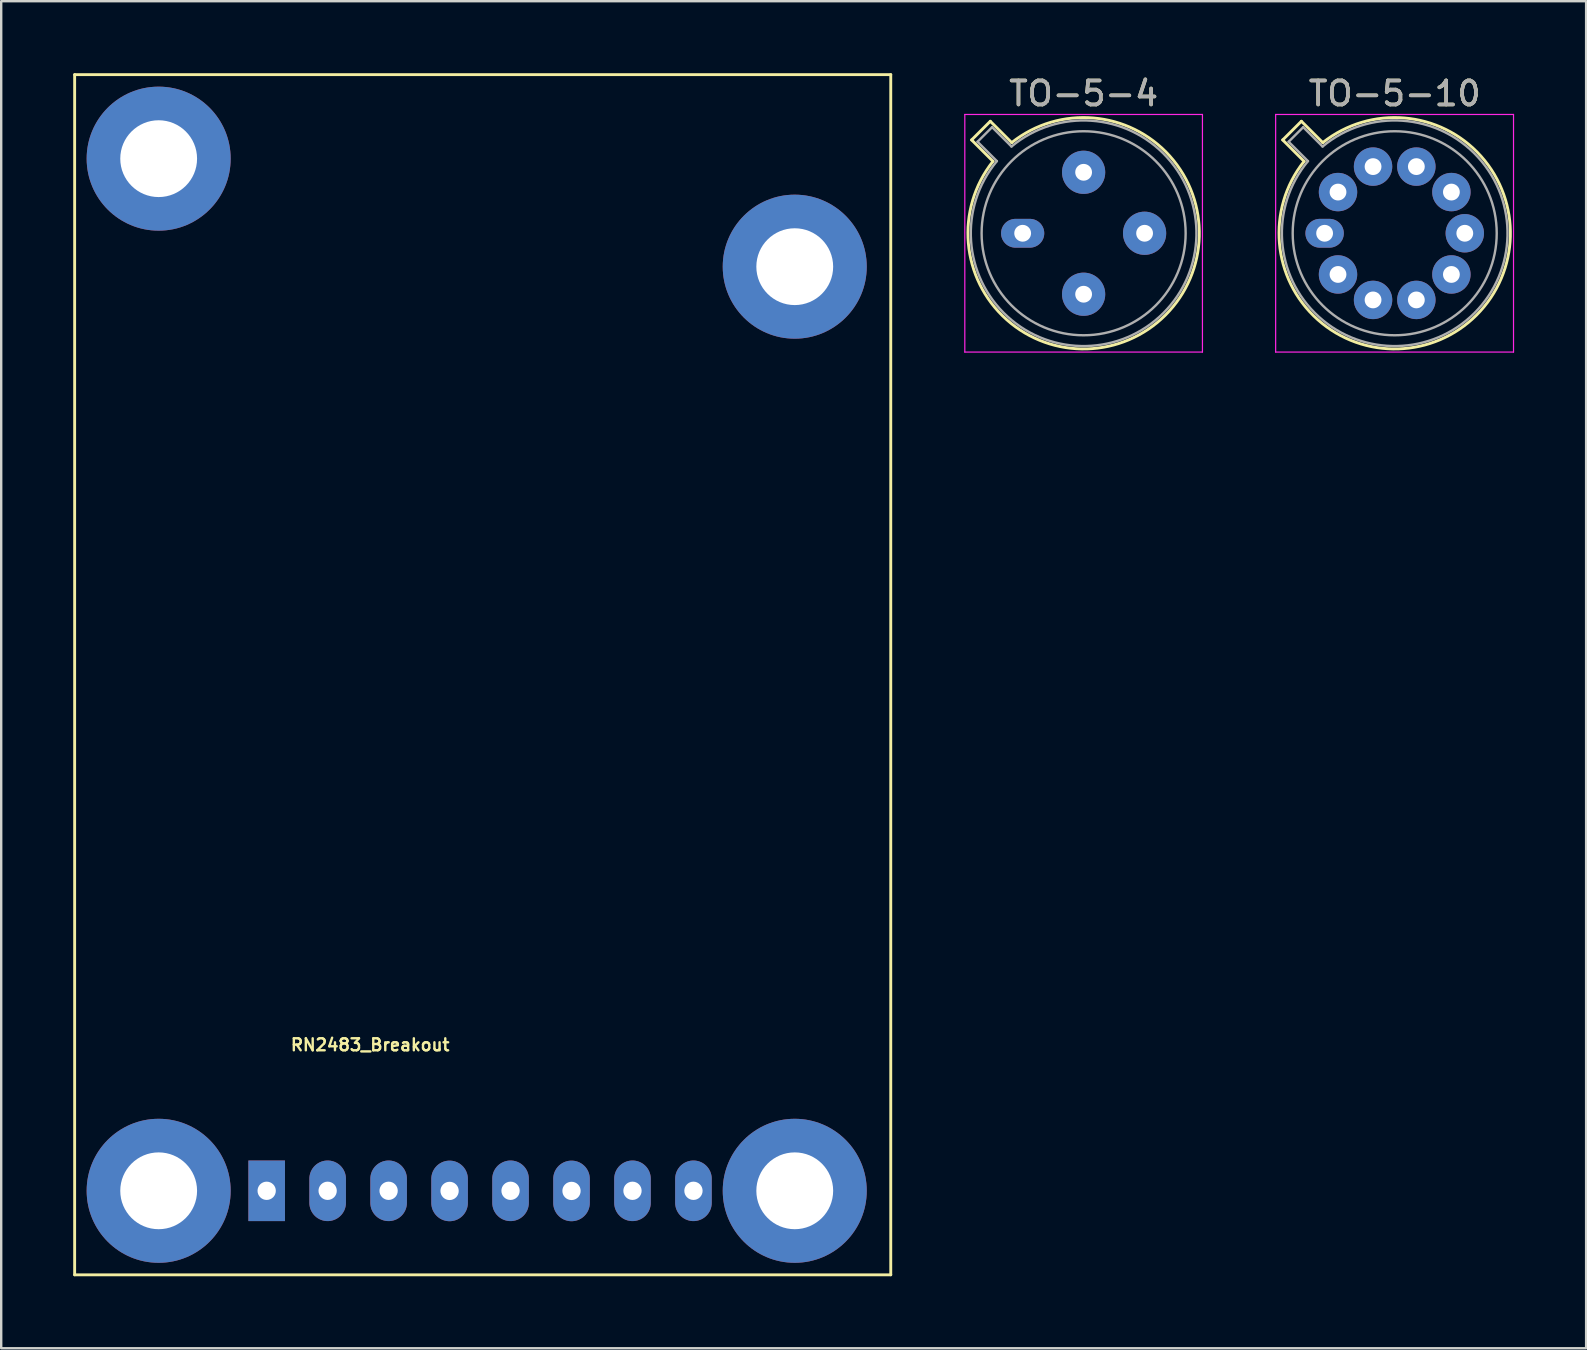
<source format=kicad_pcb>
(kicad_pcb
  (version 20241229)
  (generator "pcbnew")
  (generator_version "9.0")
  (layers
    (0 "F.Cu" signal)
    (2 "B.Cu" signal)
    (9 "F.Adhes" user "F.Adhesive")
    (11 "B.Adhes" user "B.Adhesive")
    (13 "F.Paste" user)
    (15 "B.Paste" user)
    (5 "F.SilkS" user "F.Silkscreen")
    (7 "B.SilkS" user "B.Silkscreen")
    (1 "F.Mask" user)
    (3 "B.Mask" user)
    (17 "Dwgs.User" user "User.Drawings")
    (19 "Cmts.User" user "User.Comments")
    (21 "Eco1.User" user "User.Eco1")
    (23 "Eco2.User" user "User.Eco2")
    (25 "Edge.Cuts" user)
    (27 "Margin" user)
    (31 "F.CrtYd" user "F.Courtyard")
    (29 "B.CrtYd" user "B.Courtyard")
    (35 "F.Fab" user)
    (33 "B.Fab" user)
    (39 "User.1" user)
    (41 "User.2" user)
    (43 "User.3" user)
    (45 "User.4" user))
  (footprint "RN2483_Breakout"
    (layer "F.Cu")
    (at 8.06 46.56)
    (property "Reference" "RN2483_Breakout" (at 4.31 -6.08 0) (layer "F.SilkS") (effects (font (size 0.5 0.5) (thickness 0.1))))
    (attr through_hole)
    (fp_line (start -8 -46.5) (end -8 3.5) (stroke (width 0.12) (type solid)) (layer "F.SilkS"))
    (fp_line (start -8 3.5) (end 26 3.5) (stroke (width 0.12) (type solid)) (layer "F.SilkS"))
    (fp_line (start 26 -46.5) (end -8 -46.5) (stroke (width 0.12) (type solid)) (layer "F.SilkS"))
    (fp_line (start 26 3.5) (end 26 -46.5) (stroke (width 0.12) (type solid)) (layer "F.SilkS"))
    (pad "" thru_hole circle (at -4.5 -43) (size 6 6) (drill 3.2) (layers "*.Cu" "*.Mask"))
    (pad "" thru_hole circle (at -4.5 0) (size 6 6) (drill 3.2) (layers "*.Cu" "*.Mask"))
    (pad "" thru_hole circle (at 22 -38.5) (size 6 6) (drill 3.2) (layers "*.Cu" "*.Mask"))
    (pad "" thru_hole circle (at 22 0) (size 6 6) (drill 3.2) (layers "*.Cu" "*.Mask"))
    (pad "1" thru_hole rect (at 0 0) (size 1.524 2.524) (drill 0.762) (layers "*.Cu" "*.Mask"))
    (pad "2" thru_hole oval (at 2.54 0) (size 1.524 2.524) (drill 0.762) (layers "*.Cu" "*.Mask"))
    (pad "3" thru_hole oval (at 5.08 0) (size 1.524 2.524) (drill 0.762) (layers "*.Cu" "*.Mask"))
    (pad "4" thru_hole oval (at 7.62 0.005) (size 1.524 2.524) (drill 0.762) (layers "*.Cu" "*.Mask"))
    (pad "5" thru_hole oval (at 10.16 0) (size 1.524 2.524) (drill 0.762) (layers "*.Cu" "*.Mask"))
    (pad "6" thru_hole oval (at 12.7 0.005) (size 1.524 2.524) (drill 0.762) (layers "*.Cu" "*.Mask"))
    (pad "7" thru_hole oval (at 15.24 0) (size 1.524 2.524) (drill 0.762) (layers "*.Cu" "*.Mask"))
    (pad "8" thru_hole oval (at 17.78 0) (size 1.524 2.524) (drill 0.762) (layers "*.Cu" "*.Mask")))
  (footprint "TO-5-10"
    (layer "F.Cu")
    (at 52.135 6.668)
    (property "Reference" "TO-5-10" (at 2.92 -5.82 0) (layer "F.SilkS") (effects (font (size 1 1) (thickness 0.15))))
    (attr through_hole)
    (fp_line (start -1.746 -3.888) (end -0.855 -2.997) (stroke (width 0.12) (type solid)) (layer "F.SilkS"))
    (fp_line (start -0.968 -4.666) (end -1.746 -3.888) (stroke (width 0.12) (type solid)) (layer "F.SilkS"))
    (fp_line (start -0.077 -3.775) (end -0.968 -4.666) (stroke (width 0.12) (type solid)) (layer "F.SilkS"))
    (fp_arc (start -0.077084 -3.774902) (mid 6.328125 3.408384) (end -0.854674 -2.997371) (stroke (width 0.12) (type solid)) (layer "F.SilkS"))
    (fp_line (start -2.04 -4.95) (end -2.04 4.95) (stroke (width 0.05) (type solid)) (layer "F.CrtYd"))
    (fp_line (start -2.04 4.95) (end 7.87 4.95) (stroke (width 0.05) (type solid)) (layer "F.CrtYd"))
    (fp_line (start 7.87 -4.95) (end -2.04 -4.95) (stroke (width 0.05) (type solid)) (layer "F.CrtYd"))
    (fp_line (start 7.87 4.95) (end 7.87 -4.95) (stroke (width 0.05) (type solid)) (layer "F.CrtYd"))
    (fp_line (start -1.5 -3.812) (end -0.694 -3.005) (stroke (width 0.1) (type solid)) (layer "F.Fab"))
    (fp_line (start -0.892 -4.42) (end -1.5 -3.812) (stroke (width 0.1) (type solid)) (layer "F.Fab"))
    (fp_line (start -0.085 -3.614) (end -0.892 -4.42) (stroke (width 0.1) (type solid)) (layer "F.Fab"))
    (fp_arc (start -0.085408 -3.61352) (mid 6.243443 3.323361) (end -0.693594 -3.005319) (stroke (width 0.1) (type solid)) (layer "F.Fab"))
    (fp_circle (center 2.92 0) (end 7.17 0) (stroke (width 0.1) (type solid)) (fill no) (layer "F.Fab"))
    (fp_text user "${REFERENCE}" (at 2.92 -5.82 0) (layer "F.Fab") (effects (font (size 1 1) (thickness 0.15))))
    (pad "1" thru_hole oval (at 0 0) (size 1.6 1.2) (drill 0.7) (layers "*.Cu" "*.Mask"))
    (pad "2" thru_hole oval (at 0.558 1.716) (size 1.6 1.6) (drill 0.7) (layers "*.Cu" "*.Mask"))
    (pad "3" thru_hole oval (at 2.018 2.777) (size 1.6 1.6) (drill 0.7) (layers "*.Cu" "*.Mask"))
    (pad "4" thru_hole oval (at 3.822 2.777) (size 1.6 1.6) (drill 0.7) (layers "*.Cu" "*.Mask"))
    (pad "5" thru_hole oval (at 5.282 1.716) (size 1.6 1.6) (drill 0.7) (layers "*.Cu" "*.Mask"))
    (pad "6" thru_hole oval (at 5.84 0) (size 1.6 1.6) (drill 0.7) (layers "*.Cu" "*.Mask"))
    (pad "7" thru_hole oval (at 5.282 -1.716) (size 1.6 1.6) (drill 0.7) (layers "*.Cu" "*.Mask"))
    (pad "8" thru_hole oval (at 3.822 -2.777) (size 1.6 1.6) (drill 0.7) (layers "*.Cu" "*.Mask"))
    (pad "9" thru_hole oval (at 2.018 -2.777) (size 1.6 1.6) (drill 0.7) (layers "*.Cu" "*.Mask"))
    (pad "10" thru_hole oval (at 0.558 -1.716) (size 1.6 1.6) (drill 0.7) (layers "*.Cu" "*.Mask")))
  (footprint "TO-5-4"
    (layer "F.Cu")
    (at 39.555 6.668)
    (property "Reference" "TO-5-4" (at 2.54 -5.82 0) (layer "F.SilkS") (effects (font (size 1 1) (thickness 0.15))))
    (attr through_hole)
    (fp_line (start -2.126 -3.888) (end -1.235 -2.997) (stroke (width 0.12) (type solid)) (layer "F.SilkS"))
    (fp_line (start -1.348 -4.666) (end -2.126 -3.888) (stroke (width 0.12) (type solid)) (layer "F.SilkS"))
    (fp_line (start -0.457 -3.775) (end -1.348 -4.666) (stroke (width 0.12) (type solid)) (layer "F.SilkS"))
    (fp_arc (start -0.457084 -3.774902) (mid 5.948125 3.408384) (end -1.234674 -2.997371) (stroke (width 0.12) (type solid)) (layer "F.SilkS"))
    (fp_line (start -2.41 -4.95) (end -2.41 4.95) (stroke (width 0.05) (type solid)) (layer "F.CrtYd"))
    (fp_line (start -2.41 4.95) (end 7.49 4.95) (stroke (width 0.05) (type solid)) (layer "F.CrtYd"))
    (fp_line (start 7.49 -4.95) (end -2.41 -4.95) (stroke (width 0.05) (type solid)) (layer "F.CrtYd"))
    (fp_line (start 7.49 4.95) (end 7.49 -4.95) (stroke (width 0.05) (type solid)) (layer "F.CrtYd"))
    (fp_line (start -1.88 -3.812) (end -1.074 -3.005) (stroke (width 0.1) (type solid)) (layer "F.Fab"))
    (fp_line (start -1.272 -4.42) (end -1.88 -3.812) (stroke (width 0.1) (type solid)) (layer "F.Fab"))
    (fp_line (start -0.465 -3.614) (end -1.272 -4.42) (stroke (width 0.1) (type solid)) (layer "F.Fab"))
    (fp_arc (start -0.465408 -3.61352) (mid 5.863443 3.323361) (end -1.073594 -3.005319) (stroke (width 0.1) (type solid)) (layer "F.Fab"))
    (fp_circle (center 2.54 0) (end 6.79 0) (stroke (width 0.1) (type solid)) (fill no) (layer "F.Fab"))
    (fp_text user "${REFERENCE}" (at 2.54 -5.82 0) (layer "F.Fab") (effects (font (size 1 1) (thickness 0.15))))
    (pad "1" thru_hole oval (at 0 0) (size 1.8 1.2) (drill 0.7) (layers "*.Cu" "*.Mask"))
    (pad "2" thru_hole oval (at 2.54 2.54) (size 1.8 1.8) (drill 0.7) (layers "*.Cu" "*.Mask"))
    (pad "3" thru_hole oval (at 5.08 0) (size 1.8 1.8) (drill 0.7) (layers "*.Cu" "*.Mask"))
    (pad "4" thru_hole oval (at 2.54 -2.54) (size 1.8 1.8) (drill 0.7) (layers "*.Cu" "*.Mask")))
  (gr_rect
    (start -3 -3)
    (end 63.03 53.12)
    (stroke (width 0.1) (type default))
    (fill no)
    (layer "Edge.Cuts")))
</source>
